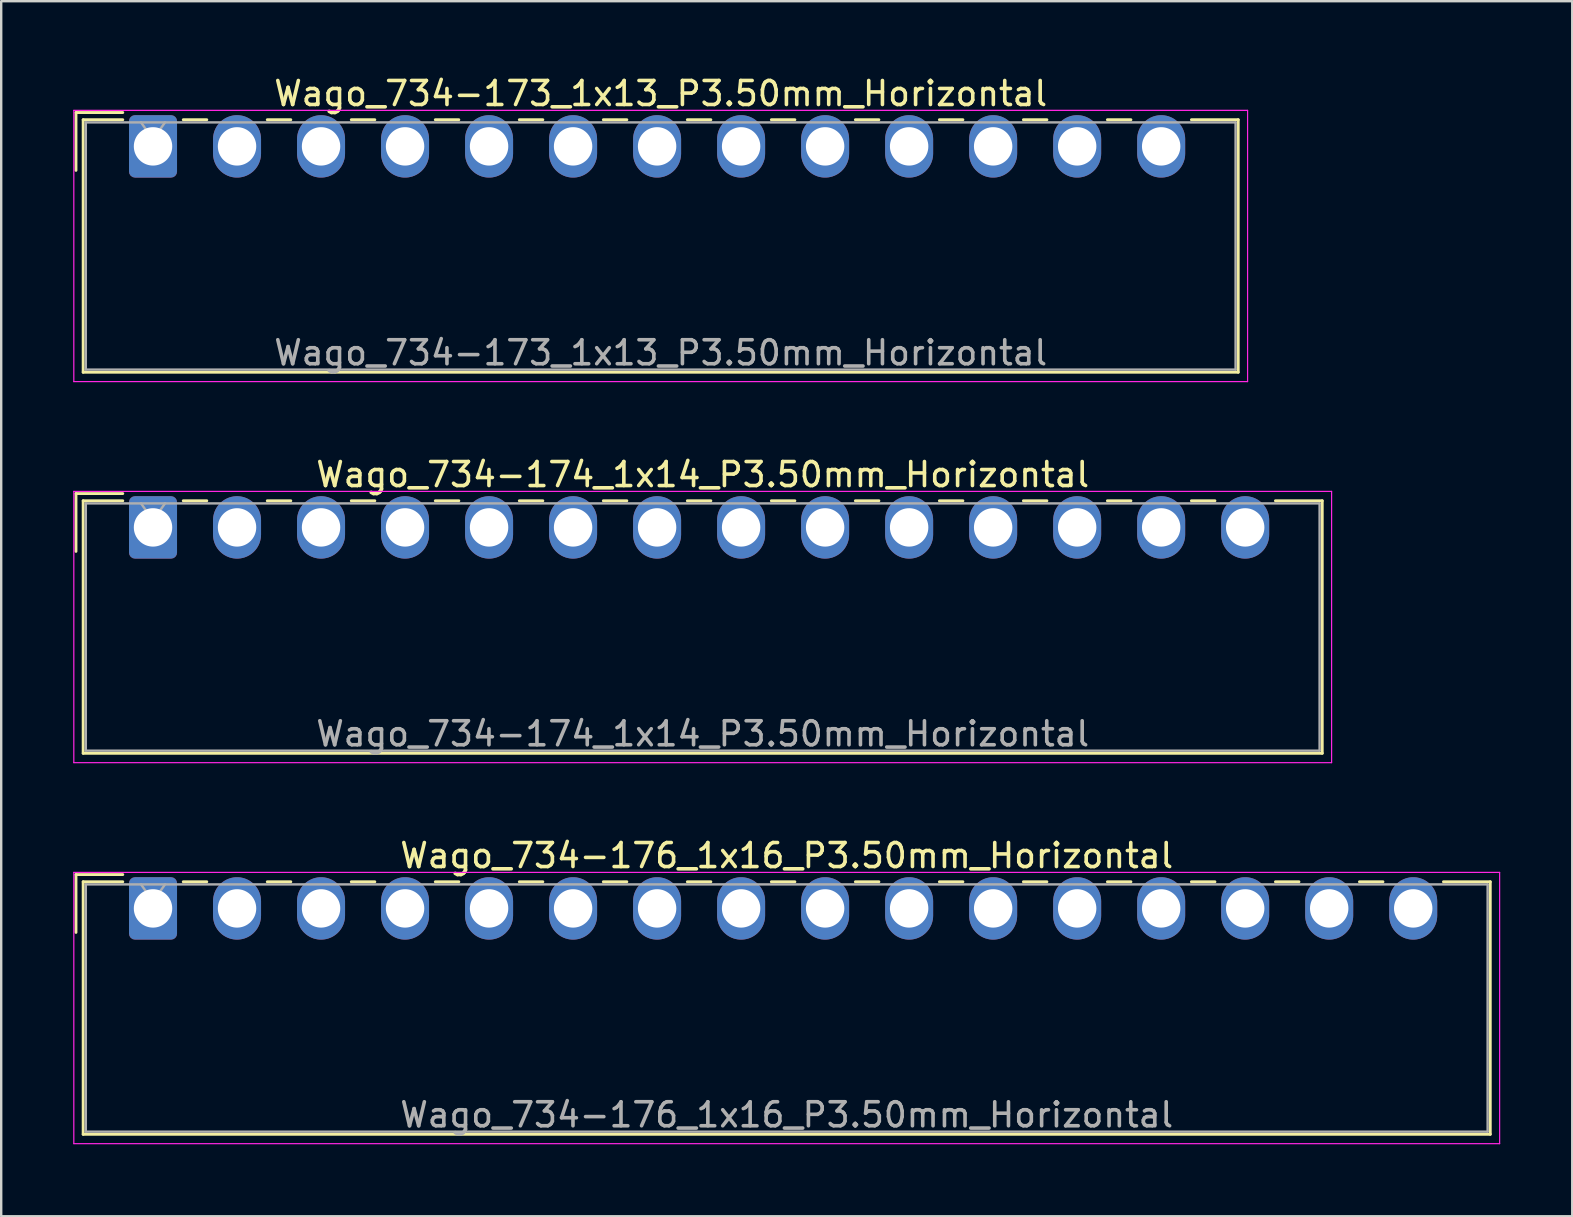
<source format=kicad_pcb>
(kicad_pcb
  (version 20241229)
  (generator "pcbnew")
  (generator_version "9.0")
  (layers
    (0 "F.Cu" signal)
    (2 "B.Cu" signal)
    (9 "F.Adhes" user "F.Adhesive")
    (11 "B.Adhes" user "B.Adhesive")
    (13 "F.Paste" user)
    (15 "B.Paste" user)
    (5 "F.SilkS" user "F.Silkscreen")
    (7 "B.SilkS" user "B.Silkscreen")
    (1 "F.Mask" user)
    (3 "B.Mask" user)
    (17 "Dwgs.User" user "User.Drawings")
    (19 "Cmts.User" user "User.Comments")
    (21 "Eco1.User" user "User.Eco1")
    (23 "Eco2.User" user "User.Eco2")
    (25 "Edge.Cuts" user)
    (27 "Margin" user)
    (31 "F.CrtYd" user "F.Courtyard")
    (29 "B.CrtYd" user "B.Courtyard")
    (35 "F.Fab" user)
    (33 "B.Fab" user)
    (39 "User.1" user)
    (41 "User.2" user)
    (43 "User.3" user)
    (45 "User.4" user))
  (footprint "Wago_734-174_1x14_P3.50mm_Horizontal"
    (layer "F.Cu")
    (at 3.325 18.922)
    (property "Reference" "Wago_734-174_1x14_P3.50mm_Horizontal" (at 22.9 -2.2 0) (layer "F.SilkS") (effects (font (size 1 1) (thickness 0.15))))
    (attr through_hole)
    (fp_line (start -3.21 -1.41) (end -1.26 -1.41) (stroke (width 0.12) (type solid)) (layer "F.SilkS"))
    (fp_line (start -3.21 1) (end -3.21 -1.41) (stroke (width 0.12) (type solid)) (layer "F.SilkS"))
    (fp_line (start -2.91 -1.11) (end -2.91 9.41) (stroke (width 0.12) (type solid)) (layer "F.SilkS"))
    (fp_line (start -2.91 9.41) (end 48.71 9.41) (stroke (width 0.12) (type solid)) (layer "F.SilkS"))
    (fp_line (start -1.26 -1.11) (end -2.91 -1.11) (stroke (width 0.12) (type solid)) (layer "F.SilkS"))
    (fp_line (start 1.26 -1.11) (end 2.24 -1.11) (stroke (width 0.12) (type solid)) (layer "F.SilkS"))
    (fp_line (start 4.76 -1.11) (end 5.74 -1.11) (stroke (width 0.12) (type solid)) (layer "F.SilkS"))
    (fp_line (start 8.26 -1.11) (end 9.24 -1.11) (stroke (width 0.12) (type solid)) (layer "F.SilkS"))
    (fp_line (start 11.76 -1.11) (end 12.74 -1.11) (stroke (width 0.12) (type solid)) (layer "F.SilkS"))
    (fp_line (start 15.26 -1.11) (end 16.24 -1.11) (stroke (width 0.12) (type solid)) (layer "F.SilkS"))
    (fp_line (start 18.76 -1.11) (end 19.74 -1.11) (stroke (width 0.12) (type solid)) (layer "F.SilkS"))
    (fp_line (start 22.26 -1.11) (end 23.24 -1.11) (stroke (width 0.12) (type solid)) (layer "F.SilkS"))
    (fp_line (start 25.76 -1.11) (end 26.74 -1.11) (stroke (width 0.12) (type solid)) (layer "F.SilkS"))
    (fp_line (start 29.26 -1.11) (end 30.24 -1.11) (stroke (width 0.12) (type solid)) (layer "F.SilkS"))
    (fp_line (start 32.76 -1.11) (end 33.74 -1.11) (stroke (width 0.12) (type solid)) (layer "F.SilkS"))
    (fp_line (start 36.26 -1.11) (end 37.24 -1.11) (stroke (width 0.12) (type solid)) (layer "F.SilkS"))
    (fp_line (start 39.76 -1.11) (end 40.74 -1.11) (stroke (width 0.12) (type solid)) (layer "F.SilkS"))
    (fp_line (start 43.26 -1.11) (end 44.24 -1.11) (stroke (width 0.12) (type solid)) (layer "F.SilkS"))
    (fp_line (start 48.71 -1.11) (end 46.76 -1.11) (stroke (width 0.12) (type solid)) (layer "F.SilkS"))
    (fp_line (start 48.71 9.41) (end 48.71 -1.11) (stroke (width 0.12) (type solid)) (layer "F.SilkS"))
    (fp_line (start -3.3 -1.5) (end -3.3 9.8) (stroke (width 0.05) (type solid)) (layer "F.CrtYd"))
    (fp_line (start -3.3 9.8) (end 49.1 9.8) (stroke (width 0.05) (type solid)) (layer "F.CrtYd"))
    (fp_line (start 49.1 -1.5) (end -3.3 -1.5) (stroke (width 0.05) (type solid)) (layer "F.CrtYd"))
    (fp_line (start 49.1 9.8) (end 49.1 -1.5) (stroke (width 0.05) (type solid)) (layer "F.CrtYd"))
    (fp_line (start -2.8 -1) (end -2.8 9.3) (stroke (width 0.1) (type solid)) (layer "F.Fab"))
    (fp_line (start -2.8 9.3) (end 48.6 9.3) (stroke (width 0.1) (type solid)) (layer "F.Fab"))
    (fp_line (start -0.5 -1) (end 0 -0.293) (stroke (width 0.1) (type solid)) (layer "F.Fab"))
    (fp_line (start 0 -0.293) (end 0.5 -1) (stroke (width 0.1) (type solid)) (layer "F.Fab"))
    (fp_line (start 48.6 -1) (end -2.8 -1) (stroke (width 0.1) (type solid)) (layer "F.Fab"))
    (fp_line (start 48.6 9.3) (end 48.6 -1) (stroke (width 0.1) (type solid)) (layer "F.Fab"))
    (fp_text user "${REFERENCE}" (at 22.9 8.6 0) (layer "F.Fab") (effects (font (size 1 1) (thickness 0.15))))
    (pad "1" thru_hole roundrect (at 0 0) (size 2 2.6) (drill 1.6) (layers "*.Cu" "*.Mask") (roundrect_rratio 0.125))
    (pad "2" thru_hole oval (at 3.5 0) (size 2 2.6) (drill 1.6) (layers "*.Cu" "*.Mask"))
    (pad "3" thru_hole oval (at 7 0) (size 2 2.6) (drill 1.6) (layers "*.Cu" "*.Mask"))
    (pad "4" thru_hole oval (at 10.5 0) (size 2 2.6) (drill 1.6) (layers "*.Cu" "*.Mask"))
    (pad "5" thru_hole oval (at 14 0) (size 2 2.6) (drill 1.6) (layers "*.Cu" "*.Mask"))
    (pad "6" thru_hole oval (at 17.5 0) (size 2 2.6) (drill 1.6) (layers "*.Cu" "*.Mask"))
    (pad "7" thru_hole oval (at 21 0) (size 2 2.6) (drill 1.6) (layers "*.Cu" "*.Mask"))
    (pad "8" thru_hole oval (at 24.5 0) (size 2 2.6) (drill 1.6) (layers "*.Cu" "*.Mask"))
    (pad "9" thru_hole oval (at 28 0) (size 2 2.6) (drill 1.6) (layers "*.Cu" "*.Mask"))
    (pad "10" thru_hole oval (at 31.5 0) (size 2 2.6) (drill 1.6) (layers "*.Cu" "*.Mask"))
    (pad "11" thru_hole oval (at 35 0) (size 2 2.6) (drill 1.6) (layers "*.Cu" "*.Mask"))
    (pad "12" thru_hole oval (at 38.5 0) (size 2 2.6) (drill 1.6) (layers "*.Cu" "*.Mask"))
    (pad "13" thru_hole oval (at 42 0) (size 2 2.6) (drill 1.6) (layers "*.Cu" "*.Mask"))
    (pad "14" thru_hole oval (at 45.5 0) (size 2 2.6) (drill 1.6) (layers "*.Cu" "*.Mask")))
  (footprint "Wago_734-176_1x16_P3.50mm_Horizontal"
    (layer "F.Cu")
    (at 3.325 34.795)
    (property "Reference" "Wago_734-176_1x16_P3.50mm_Horizontal" (at 26.4 -2.2 0) (layer "F.SilkS") (effects (font (size 1 1) (thickness 0.15))))
    (attr through_hole)
    (fp_line (start -3.21 -1.41) (end -1.26 -1.41) (stroke (width 0.12) (type solid)) (layer "F.SilkS"))
    (fp_line (start -3.21 1) (end -3.21 -1.41) (stroke (width 0.12) (type solid)) (layer "F.SilkS"))
    (fp_line (start -2.91 -1.11) (end -2.91 9.41) (stroke (width 0.12) (type solid)) (layer "F.SilkS"))
    (fp_line (start -2.91 9.41) (end 55.71 9.41) (stroke (width 0.12) (type solid)) (layer "F.SilkS"))
    (fp_line (start -1.26 -1.11) (end -2.91 -1.11) (stroke (width 0.12) (type solid)) (layer "F.SilkS"))
    (fp_line (start 1.26 -1.11) (end 2.24 -1.11) (stroke (width 0.12) (type solid)) (layer "F.SilkS"))
    (fp_line (start 4.76 -1.11) (end 5.74 -1.11) (stroke (width 0.12) (type solid)) (layer "F.SilkS"))
    (fp_line (start 8.26 -1.11) (end 9.24 -1.11) (stroke (width 0.12) (type solid)) (layer "F.SilkS"))
    (fp_line (start 11.76 -1.11) (end 12.74 -1.11) (stroke (width 0.12) (type solid)) (layer "F.SilkS"))
    (fp_line (start 15.26 -1.11) (end 16.24 -1.11) (stroke (width 0.12) (type solid)) (layer "F.SilkS"))
    (fp_line (start 18.76 -1.11) (end 19.74 -1.11) (stroke (width 0.12) (type solid)) (layer "F.SilkS"))
    (fp_line (start 22.26 -1.11) (end 23.24 -1.11) (stroke (width 0.12) (type solid)) (layer "F.SilkS"))
    (fp_line (start 25.76 -1.11) (end 26.74 -1.11) (stroke (width 0.12) (type solid)) (layer "F.SilkS"))
    (fp_line (start 29.26 -1.11) (end 30.24 -1.11) (stroke (width 0.12) (type solid)) (layer "F.SilkS"))
    (fp_line (start 32.76 -1.11) (end 33.74 -1.11) (stroke (width 0.12) (type solid)) (layer "F.SilkS"))
    (fp_line (start 36.26 -1.11) (end 37.24 -1.11) (stroke (width 0.12) (type solid)) (layer "F.SilkS"))
    (fp_line (start 39.76 -1.11) (end 40.74 -1.11) (stroke (width 0.12) (type solid)) (layer "F.SilkS"))
    (fp_line (start 43.26 -1.11) (end 44.24 -1.11) (stroke (width 0.12) (type solid)) (layer "F.SilkS"))
    (fp_line (start 46.76 -1.11) (end 47.74 -1.11) (stroke (width 0.12) (type solid)) (layer "F.SilkS"))
    (fp_line (start 50.26 -1.11) (end 51.24 -1.11) (stroke (width 0.12) (type solid)) (layer "F.SilkS"))
    (fp_line (start 55.71 -1.11) (end 53.76 -1.11) (stroke (width 0.12) (type solid)) (layer "F.SilkS"))
    (fp_line (start 55.71 9.41) (end 55.71 -1.11) (stroke (width 0.12) (type solid)) (layer "F.SilkS"))
    (fp_line (start -3.3 -1.5) (end -3.3 9.8) (stroke (width 0.05) (type solid)) (layer "F.CrtYd"))
    (fp_line (start -3.3 9.8) (end 56.1 9.8) (stroke (width 0.05) (type solid)) (layer "F.CrtYd"))
    (fp_line (start 56.1 -1.5) (end -3.3 -1.5) (stroke (width 0.05) (type solid)) (layer "F.CrtYd"))
    (fp_line (start 56.1 9.8) (end 56.1 -1.5) (stroke (width 0.05) (type solid)) (layer "F.CrtYd"))
    (fp_line (start -2.8 -1) (end -2.8 9.3) (stroke (width 0.1) (type solid)) (layer "F.Fab"))
    (fp_line (start -2.8 9.3) (end 55.6 9.3) (stroke (width 0.1) (type solid)) (layer "F.Fab"))
    (fp_line (start -0.5 -1) (end 0 -0.293) (stroke (width 0.1) (type solid)) (layer "F.Fab"))
    (fp_line (start 0 -0.293) (end 0.5 -1) (stroke (width 0.1) (type solid)) (layer "F.Fab"))
    (fp_line (start 55.6 -1) (end -2.8 -1) (stroke (width 0.1) (type solid)) (layer "F.Fab"))
    (fp_line (start 55.6 9.3) (end 55.6 -1) (stroke (width 0.1) (type solid)) (layer "F.Fab"))
    (fp_text user "${REFERENCE}" (at 26.4 8.6 0) (layer "F.Fab") (effects (font (size 1 1) (thickness 0.15))))
    (pad "1" thru_hole roundrect (at 0 0) (size 2 2.6) (drill 1.6) (layers "*.Cu" "*.Mask") (roundrect_rratio 0.125))
    (pad "2" thru_hole oval (at 3.5 0) (size 2 2.6) (drill 1.6) (layers "*.Cu" "*.Mask"))
    (pad "3" thru_hole oval (at 7 0) (size 2 2.6) (drill 1.6) (layers "*.Cu" "*.Mask"))
    (pad "4" thru_hole oval (at 10.5 0) (size 2 2.6) (drill 1.6) (layers "*.Cu" "*.Mask"))
    (pad "5" thru_hole oval (at 14 0) (size 2 2.6) (drill 1.6) (layers "*.Cu" "*.Mask"))
    (pad "6" thru_hole oval (at 17.5 0) (size 2 2.6) (drill 1.6) (layers "*.Cu" "*.Mask"))
    (pad "7" thru_hole oval (at 21 0) (size 2 2.6) (drill 1.6) (layers "*.Cu" "*.Mask"))
    (pad "8" thru_hole oval (at 24.5 0) (size 2 2.6) (drill 1.6) (layers "*.Cu" "*.Mask"))
    (pad "9" thru_hole oval (at 28 0) (size 2 2.6) (drill 1.6) (layers "*.Cu" "*.Mask"))
    (pad "10" thru_hole oval (at 31.5 0) (size 2 2.6) (drill 1.6) (layers "*.Cu" "*.Mask"))
    (pad "11" thru_hole oval (at 35 0) (size 2 2.6) (drill 1.6) (layers "*.Cu" "*.Mask"))
    (pad "12" thru_hole oval (at 38.5 0) (size 2 2.6) (drill 1.6) (layers "*.Cu" "*.Mask"))
    (pad "13" thru_hole oval (at 42 0) (size 2 2.6) (drill 1.6) (layers "*.Cu" "*.Mask"))
    (pad "14" thru_hole oval (at 45.5 0) (size 2 2.6) (drill 1.6) (layers "*.Cu" "*.Mask"))
    (pad "15" thru_hole oval (at 49 0) (size 2 2.6) (drill 1.6) (layers "*.Cu" "*.Mask"))
    (pad "16" thru_hole oval (at 52.5 0) (size 2 2.6) (drill 1.6) (layers "*.Cu" "*.Mask")))
  (footprint "Wago_734-173_1x13_P3.50mm_Horizontal"
    (layer "F.Cu")
    (at 3.325 3.048)
    (property "Reference" "Wago_734-173_1x13_P3.50mm_Horizontal" (at 21.15 -2.2 0) (layer "F.SilkS") (effects (font (size 1 1) (thickness 0.15))))
    (attr through_hole)
    (fp_line (start -3.21 -1.41) (end -1.26 -1.41) (stroke (width 0.12) (type solid)) (layer "F.SilkS"))
    (fp_line (start -3.21 1) (end -3.21 -1.41) (stroke (width 0.12) (type solid)) (layer "F.SilkS"))
    (fp_line (start -2.91 -1.11) (end -2.91 9.41) (stroke (width 0.12) (type solid)) (layer "F.SilkS"))
    (fp_line (start -2.91 9.41) (end 45.21 9.41) (stroke (width 0.12) (type solid)) (layer "F.SilkS"))
    (fp_line (start -1.26 -1.11) (end -2.91 -1.11) (stroke (width 0.12) (type solid)) (layer "F.SilkS"))
    (fp_line (start 1.26 -1.11) (end 2.24 -1.11) (stroke (width 0.12) (type solid)) (layer "F.SilkS"))
    (fp_line (start 4.76 -1.11) (end 5.74 -1.11) (stroke (width 0.12) (type solid)) (layer "F.SilkS"))
    (fp_line (start 8.26 -1.11) (end 9.24 -1.11) (stroke (width 0.12) (type solid)) (layer "F.SilkS"))
    (fp_line (start 11.76 -1.11) (end 12.74 -1.11) (stroke (width 0.12) (type solid)) (layer "F.SilkS"))
    (fp_line (start 15.26 -1.11) (end 16.24 -1.11) (stroke (width 0.12) (type solid)) (layer "F.SilkS"))
    (fp_line (start 18.76 -1.11) (end 19.74 -1.11) (stroke (width 0.12) (type solid)) (layer "F.SilkS"))
    (fp_line (start 22.26 -1.11) (end 23.24 -1.11) (stroke (width 0.12) (type solid)) (layer "F.SilkS"))
    (fp_line (start 25.76 -1.11) (end 26.74 -1.11) (stroke (width 0.12) (type solid)) (layer "F.SilkS"))
    (fp_line (start 29.26 -1.11) (end 30.24 -1.11) (stroke (width 0.12) (type solid)) (layer "F.SilkS"))
    (fp_line (start 32.76 -1.11) (end 33.74 -1.11) (stroke (width 0.12) (type solid)) (layer "F.SilkS"))
    (fp_line (start 36.26 -1.11) (end 37.24 -1.11) (stroke (width 0.12) (type solid)) (layer "F.SilkS"))
    (fp_line (start 39.76 -1.11) (end 40.74 -1.11) (stroke (width 0.12) (type solid)) (layer "F.SilkS"))
    (fp_line (start 45.21 -1.11) (end 43.26 -1.11) (stroke (width 0.12) (type solid)) (layer "F.SilkS"))
    (fp_line (start 45.21 9.41) (end 45.21 -1.11) (stroke (width 0.12) (type solid)) (layer "F.SilkS"))
    (fp_line (start -3.3 -1.5) (end -3.3 9.8) (stroke (width 0.05) (type solid)) (layer "F.CrtYd"))
    (fp_line (start -3.3 9.8) (end 45.6 9.8) (stroke (width 0.05) (type solid)) (layer "F.CrtYd"))
    (fp_line (start 45.6 -1.5) (end -3.3 -1.5) (stroke (width 0.05) (type solid)) (layer "F.CrtYd"))
    (fp_line (start 45.6 9.8) (end 45.6 -1.5) (stroke (width 0.05) (type solid)) (layer "F.CrtYd"))
    (fp_line (start -2.8 -1) (end -2.8 9.3) (stroke (width 0.1) (type solid)) (layer "F.Fab"))
    (fp_line (start -2.8 9.3) (end 45.1 9.3) (stroke (width 0.1) (type solid)) (layer "F.Fab"))
    (fp_line (start -0.5 -1) (end 0 -0.293) (stroke (width 0.1) (type solid)) (layer "F.Fab"))
    (fp_line (start 0 -0.293) (end 0.5 -1) (stroke (width 0.1) (type solid)) (layer "F.Fab"))
    (fp_line (start 45.1 -1) (end -2.8 -1) (stroke (width 0.1) (type solid)) (layer "F.Fab"))
    (fp_line (start 45.1 9.3) (end 45.1 -1) (stroke (width 0.1) (type solid)) (layer "F.Fab"))
    (fp_text user "${REFERENCE}" (at 21.15 8.6 0) (layer "F.Fab") (effects (font (size 1 1) (thickness 0.15))))
    (pad "1" thru_hole roundrect (at 0 0) (size 2 2.6) (drill 1.6) (layers "*.Cu" "*.Mask") (roundrect_rratio 0.125))
    (pad "2" thru_hole oval (at 3.5 0) (size 2 2.6) (drill 1.6) (layers "*.Cu" "*.Mask"))
    (pad "3" thru_hole oval (at 7 0) (size 2 2.6) (drill 1.6) (layers "*.Cu" "*.Mask"))
    (pad "4" thru_hole oval (at 10.5 0) (size 2 2.6) (drill 1.6) (layers "*.Cu" "*.Mask"))
    (pad "5" thru_hole oval (at 14 0) (size 2 2.6) (drill 1.6) (layers "*.Cu" "*.Mask"))
    (pad "6" thru_hole oval (at 17.5 0) (size 2 2.6) (drill 1.6) (layers "*.Cu" "*.Mask"))
    (pad "7" thru_hole oval (at 21 0) (size 2 2.6) (drill 1.6) (layers "*.Cu" "*.Mask"))
    (pad "8" thru_hole oval (at 24.5 0) (size 2 2.6) (drill 1.6) (layers "*.Cu" "*.Mask"))
    (pad "9" thru_hole oval (at 28 0) (size 2 2.6) (drill 1.6) (layers "*.Cu" "*.Mask"))
    (pad "10" thru_hole oval (at 31.5 0) (size 2 2.6) (drill 1.6) (layers "*.Cu" "*.Mask"))
    (pad "11" thru_hole oval (at 35 0) (size 2 2.6) (drill 1.6) (layers "*.Cu" "*.Mask"))
    (pad "12" thru_hole oval (at 38.5 0) (size 2 2.6) (drill 1.6) (layers "*.Cu" "*.Mask"))
    (pad "13" thru_hole oval (at 42 0) (size 2 2.6) (drill 1.6) (layers "*.Cu" "*.Mask")))
  (gr_rect
    (start -3 -3)
    (end 62.45 47.62)
    (stroke (width 0.1) (type default))
    (fill no)
    (layer "Edge.Cuts")))
</source>
